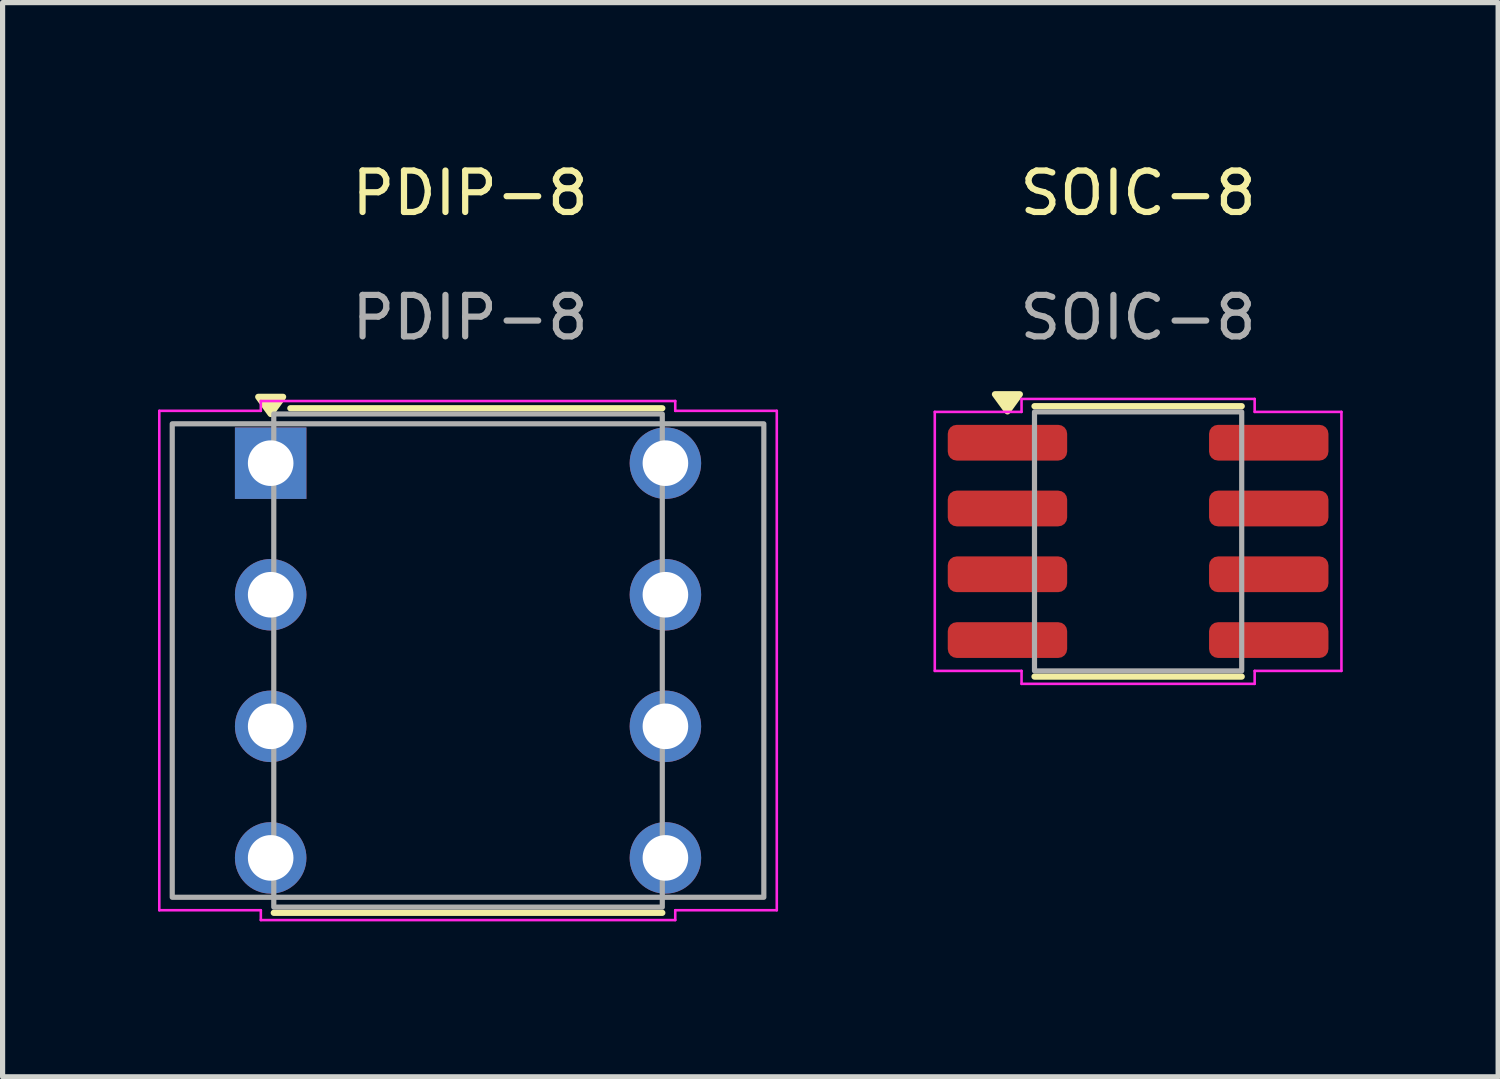
<source format=kicad_pcb>
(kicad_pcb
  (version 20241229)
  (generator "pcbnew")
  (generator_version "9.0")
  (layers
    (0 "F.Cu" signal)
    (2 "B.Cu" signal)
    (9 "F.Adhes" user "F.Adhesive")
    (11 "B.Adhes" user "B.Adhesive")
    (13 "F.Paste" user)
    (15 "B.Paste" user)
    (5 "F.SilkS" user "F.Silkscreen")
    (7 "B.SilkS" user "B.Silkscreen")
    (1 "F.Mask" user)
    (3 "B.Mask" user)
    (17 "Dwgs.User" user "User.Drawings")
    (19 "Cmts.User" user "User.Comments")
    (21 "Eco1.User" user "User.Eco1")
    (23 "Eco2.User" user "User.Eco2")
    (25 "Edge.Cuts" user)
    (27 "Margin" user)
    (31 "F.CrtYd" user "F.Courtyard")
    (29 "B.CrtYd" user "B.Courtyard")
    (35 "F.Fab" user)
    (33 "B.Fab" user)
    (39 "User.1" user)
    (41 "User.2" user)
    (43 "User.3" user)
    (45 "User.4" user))
  (footprint "PDIP-8"
    (layer "F.Cu")
    (at 5.985 9.701)
    (property "Reference" "PDIP-8" (at 0.04 -9.023 0) (unlocked yes) (layer "F.SilkS") (effects (font (size 0.8 0.8) (thickness 0.12))))
    (attr through_hole)
    (fp_line (start -3.75 4.87) (end 3.75 4.87) (stroke (width 0.12) (type default)) (layer "F.SilkS"))
    (fp_line (start -3.43 -4.87) (end 3.75 -4.87) (stroke (width 0.12) (type default)) (layer "F.SilkS"))
    (fp_poly (pts (xy -3.81 -4.76) (xy -3.57 -5.09) (xy -4.05 -5.09)) (stroke (width 0.12) (type solid)) (fill yes) (layer "F.SilkS"))
    (fp_line (start -5.96 -4.82) (end -5.96 4.82) (stroke (width 0.05) (type default)) (layer "F.CrtYd"))
    (fp_line (start -4 -5.01) (end -4 -4.82) (stroke (width 0.05) (type default)) (layer "F.CrtYd"))
    (fp_line (start -4 -4.82) (end -5.96 -4.82) (stroke (width 0.05) (type default)) (layer "F.CrtYd"))
    (fp_line (start -4 4.82) (end -5.96 4.82) (stroke (width 0.05) (type default)) (layer "F.CrtYd"))
    (fp_line (start -4 5.01) (end -4 4.82) (stroke (width 0.05) (type default)) (layer "F.CrtYd"))
    (fp_line (start 4 -5.01) (end -4 -5.01) (stroke (width 0.05) (type default)) (layer "F.CrtYd"))
    (fp_line (start 4 -5.01) (end 4 -4.82) (stroke (width 0.05) (type default)) (layer "F.CrtYd"))
    (fp_line (start 4 -4.82) (end 5.96 -4.82) (stroke (width 0.05) (type default)) (layer "F.CrtYd"))
    (fp_line (start 4 5.01) (end -4 5.01) (stroke (width 0.05) (type default)) (layer "F.CrtYd"))
    (fp_line (start 4 5.01) (end 4 4.82) (stroke (width 0.05) (type default)) (layer "F.CrtYd"))
    (fp_line (start 5.96 -4.82) (end 5.96 4.82) (stroke (width 0.05) (type default)) (layer "F.CrtYd"))
    (fp_line (start 5.96 4.82) (end 4 4.82) (stroke (width 0.05) (type default)) (layer "F.CrtYd"))
    (fp_rect (start -5.71 -4.57) (end 5.71 4.57) (stroke (width 0.1) (type default)) (fill no) (layer "F.Fab"))
    (fp_rect (start -3.75 -4.76) (end 3.75 4.76) (stroke (width 0.1) (type default)) (fill no) (layer "F.Fab"))
    (fp_text user "${REFERENCE}" (at 0.04 -6.622 0) (unlocked yes) (layer "F.Fab") (effects (font (size 0.8 0.8) (thickness 0.12))))
    (pad "1" thru_hole rect (at -3.81 -3.81) (size 1.38 1.38) (drill 0.88) (layers "*.Cu" "*.Mask"))
    (pad "2" thru_hole circle (at -3.81 -1.27) (size 1.38 1.38) (drill 0.88) (layers "*.Cu" "*.Mask"))
    (pad "3" thru_hole circle (at -3.81 1.27) (size 1.38 1.38) (drill 0.88) (layers "*.Cu" "*.Mask"))
    (pad "4" thru_hole circle (at -3.81 3.81) (size 1.38 1.38) (drill 0.88) (layers "*.Cu" "*.Mask"))
    (pad "5" thru_hole circle (at 3.81 3.81) (size 1.38 1.38) (drill 0.88) (layers "*.Cu" "*.Mask"))
    (pad "6" thru_hole circle (at 3.81 1.27) (size 1.38 1.38) (drill 0.88) (layers "*.Cu" "*.Mask"))
    (pad "7" thru_hole circle (at 3.81 -1.27) (size 1.38 1.38) (drill 0.88) (layers "*.Cu" "*.Mask"))
    (pad "8" thru_hole circle (at 3.81 -3.81) (size 1.38 1.38) (drill 0.88) (layers "*.Cu" "*.Mask")))
  (footprint "SOIC-8"
    (layer "F.Cu")
    (at 18.92 7.401)
    (property "Reference" "SOIC-8" (at 0 -6.723 0) (unlocked yes) (layer "F.SilkS") (effects (font (size 0.8 0.8) (thickness 0.12))))
    (attr smd)
    (fp_line (start -2 -2.61) (end 2 -2.61) (stroke (width 0.12) (type default)) (layer "F.SilkS"))
    (fp_line (start -2 2.61) (end 2 2.61) (stroke (width 0.12) (type default)) (layer "F.SilkS"))
    (fp_poly (pts (xy -2.522 -2.51) (xy -2.283 -2.84) (xy -2.763 -2.84)) (stroke (width 0.12) (type solid)) (fill yes) (layer "F.SilkS"))
    (fp_line (start -3.925 -2.5) (end -3.925 2.5) (stroke (width 0.05) (type default)) (layer "F.CrtYd"))
    (fp_line (start -3.925 -2.5) (end -2.25 -2.5) (stroke (width 0.05) (type default)) (layer "F.CrtYd"))
    (fp_line (start -2.25 -2.5) (end -2.25 -2.75) (stroke (width 0.05) (type default)) (layer "F.CrtYd"))
    (fp_line (start -2.25 2.5) (end -3.925 2.5) (stroke (width 0.05) (type default)) (layer "F.CrtYd"))
    (fp_line (start -2.25 2.75) (end -2.25 2.5) (stroke (width 0.05) (type default)) (layer "F.CrtYd"))
    (fp_line (start 2.25 -2.75) (end -2.25 -2.75) (stroke (width 0.05) (type default)) (layer "F.CrtYd"))
    (fp_line (start 2.25 -2.75) (end 2.25 -2.5) (stroke (width 0.05) (type default)) (layer "F.CrtYd"))
    (fp_line (start 2.25 -2.5) (end 3.925 -2.5) (stroke (width 0.05) (type default)) (layer "F.CrtYd"))
    (fp_line (start 2.25 2.5) (end 2.25 2.75) (stroke (width 0.05) (type default)) (layer "F.CrtYd"))
    (fp_line (start 2.25 2.75) (end -2.25 2.75) (stroke (width 0.05) (type default)) (layer "F.CrtYd"))
    (fp_line (start 3.925 -2.5) (end 3.925 2.5) (stroke (width 0.05) (type default)) (layer "F.CrtYd"))
    (fp_line (start 3.925 2.5) (end 2.25 2.5) (stroke (width 0.05) (type default)) (layer "F.CrtYd"))
    (fp_rect (start -2 -2.5) (end 2 2.5) (stroke (width 0.1) (type default)) (fill no) (layer "F.Fab"))
    (fp_text user "${REFERENCE}" (at 0 -4.322 0) (unlocked yes) (layer "F.Fab") (effects (font (size 0.8 0.8) (thickness 0.12))))
    (pad "1" smd roundrect (at -2.522 -1.905) (size 2.305 0.69) (layers "F.Cu" "F.Mask" "F.Paste") (roundrect_rratio 0.25))
    (pad "2" smd roundrect (at -2.522 -0.635) (size 2.305 0.69) (layers "F.Cu" "F.Mask" "F.Paste") (roundrect_rratio 0.25))
    (pad "3" smd roundrect (at -2.522 0.635) (size 2.305 0.69) (layers "F.Cu" "F.Mask" "F.Paste") (roundrect_rratio 0.25))
    (pad "4" smd roundrect (at -2.522 1.905) (size 2.305 0.69) (layers "F.Cu" "F.Mask" "F.Paste") (roundrect_rratio 0.25))
    (pad "5" smd roundrect (at 2.522 1.905) (size 2.305 0.69) (layers "F.Cu" "F.Mask" "F.Paste") (roundrect_rratio 0.25))
    (pad "6" smd roundrect (at 2.522 0.635) (size 2.305 0.69) (layers "F.Cu" "F.Mask" "F.Paste") (roundrect_rratio 0.25))
    (pad "7" smd roundrect (at 2.522 -0.635) (size 2.305 0.69) (layers "F.Cu" "F.Mask" "F.Paste") (roundrect_rratio 0.25))
    (pad "8" smd roundrect (at 2.522 -1.905) (size 2.305 0.69) (layers "F.Cu" "F.Mask" "F.Paste") (roundrect_rratio 0.25)))
  (gr_rect
    (start -3 -3)
    (end 25.87 17.736)
    (stroke (width 0.1) (type default))
    (fill no)
    (layer "Edge.Cuts")))
</source>
